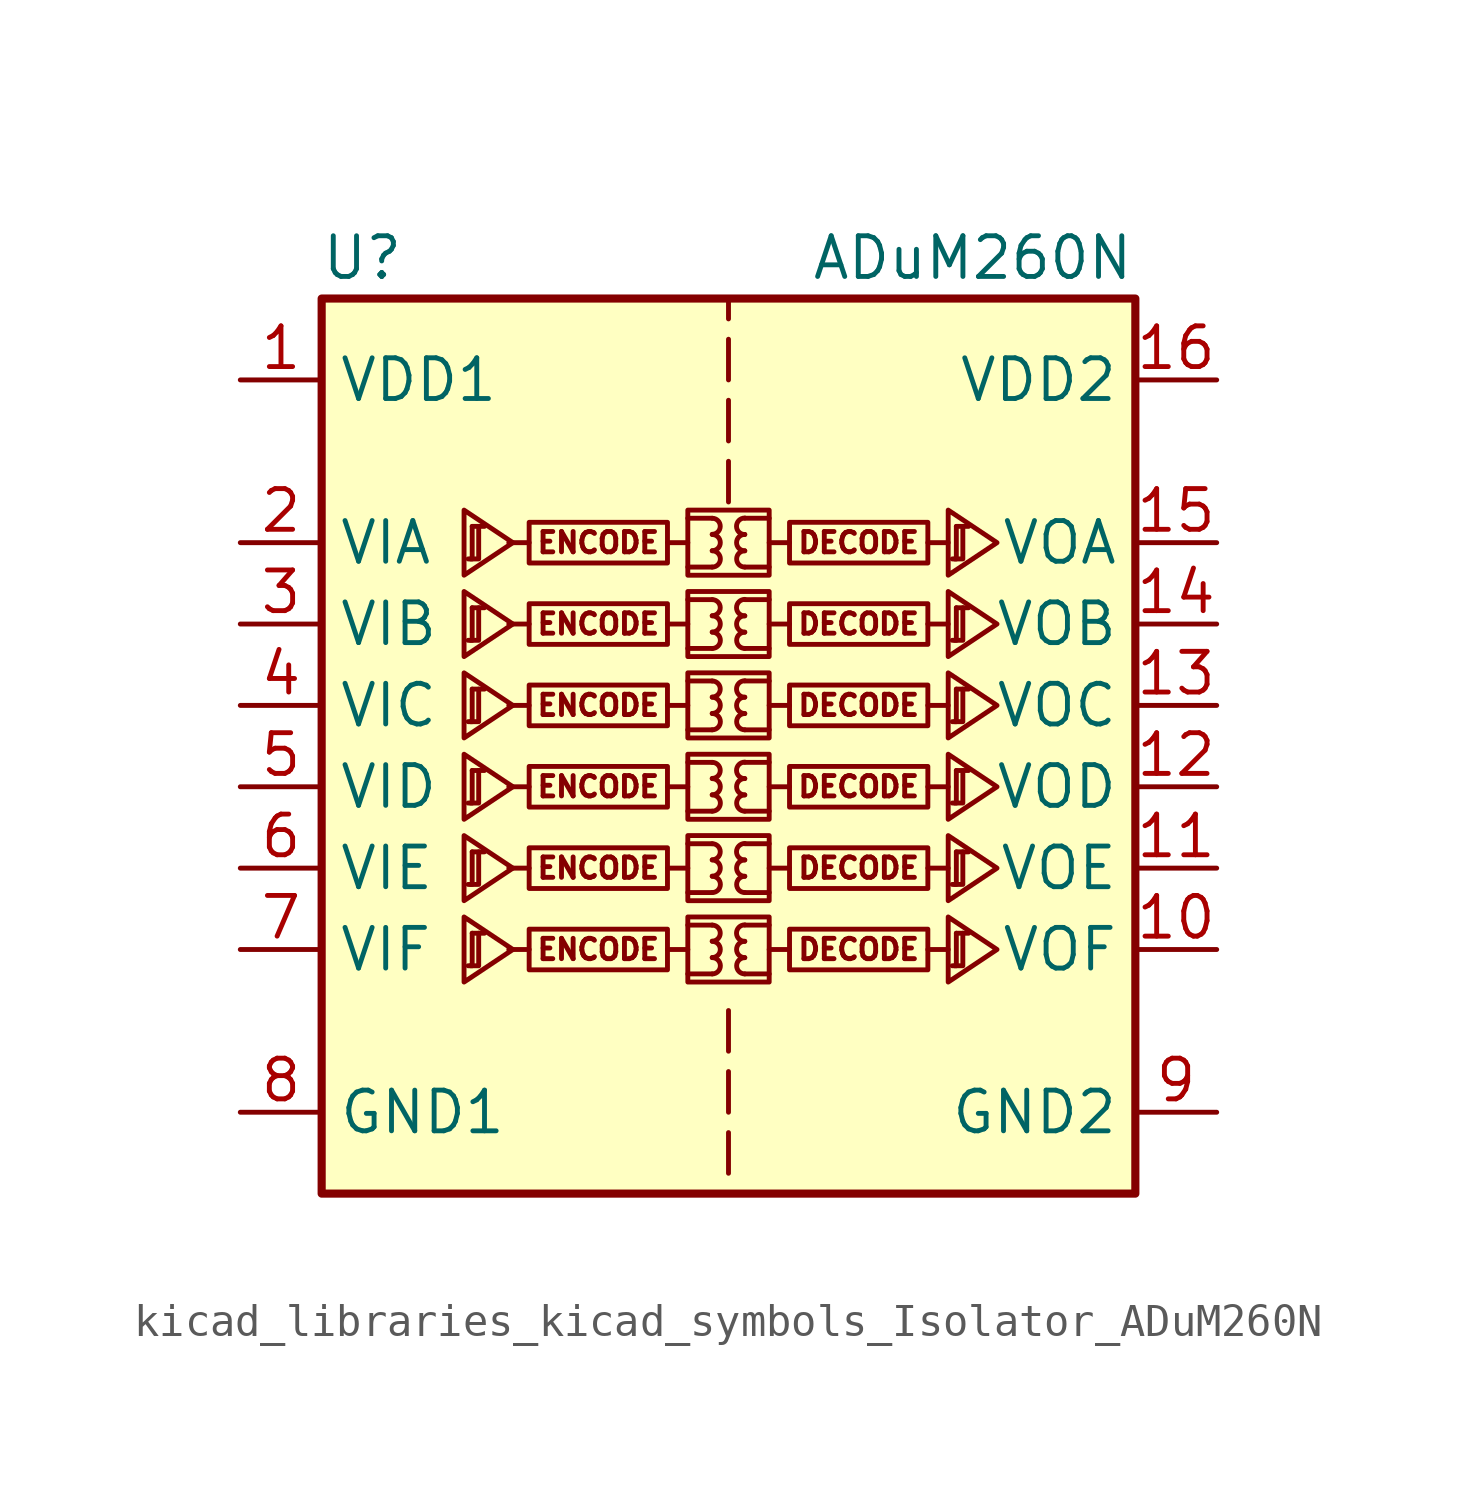
<source format=kicad_sym>
(kicad_symbol_lib
  (version 20220914)
  (generator kicad_symbol_editor)
  (symbol "kicad_libraries_kicad_symbols_Isolator_ADuM260N"
    (property "Reference" "U"
      (at -11.43 16.51 0)
      (effects (font (size 1.27 1.27))))
    (property "Value" "ADuM260N"
      (at 7.62 16.51 0)
      (effects (font (size 1.27 1.27))))
    (symbol "kicad_libraries_kicad_symbols_Isolator_ADuM260N_0_1"
      (polyline (pts (xy -8.001 8.128) (xy -7.62 8.128)) (stroke (width 0) (type default)) (fill (type none)))
      (polyline (pts (xy -8.052 7.112) (xy -7.798 7.112) (xy -7.798 8.128)) (stroke (width 0) (type default)) (fill (type none)))
      (polyline (pts (xy -8.001 8.128) (xy -8.001 7.112) (xy -8.128 7.112)) (stroke (width 0) (type default)) (fill (type none)))
      (polyline (pts (xy -6.731 7.62) (xy -8.255 8.636) (xy -8.255 6.604) (xy -6.731 7.62)) (stroke (width 0) (type default)) (fill (type none))))
    (symbol "kicad_libraries_kicad_symbols_Isolator_ADuM260N_1_0"
      (rectangle (start -1.27 -4.064) (end 1.27 -6.096) (stroke (width 0) (type default)) (fill (type none)))
      (rectangle (start -1.27 -1.524) (end 1.27 -3.556) (stroke (width 0) (type default)) (fill (type none)))
      (rectangle (start -1.27 1.016) (end 1.27 -1.016) (stroke (width 0) (type default)) (fill (type none)))
      (rectangle (start -1.27 3.556) (end 1.27 1.524) (stroke (width 0) (type default)) (fill (type none)))
      (rectangle (start -1.27 6.096) (end 1.27 4.064) (stroke (width 0) (type default)) (fill (type none)))
      (rectangle (start -1.27 8.636) (end 1.27 6.604) (stroke (width 0) (type default)) (fill (type none)))
      (arc (start -0.508 -5.842) (mid -0.2551 -5.588) (end -0.508 -5.334) (stroke (width 0) (type default)) (fill (type none)))
      (arc (start -0.508 -5.334) (mid -0.2551 -5.08) (end -0.508 -4.826) (stroke (width 0) (type default)) (fill (type none)))
      (arc (start -0.508 -4.826) (mid -0.2551 -4.572) (end -0.508 -4.318) (stroke (width 0) (type default)) (fill (type none)))
      (arc (start -0.508 -3.302) (mid -0.2551 -3.048) (end -0.508 -2.794) (stroke (width 0) (type default)) (fill (type none)))
      (arc (start -0.508 -2.794) (mid -0.2551 -2.54) (end -0.508 -2.286) (stroke (width 0) (type default)) (fill (type none)))
      (arc (start -0.508 -2.286) (mid -0.2551 -2.032) (end -0.508 -1.778) (stroke (width 0) (type default)) (fill (type none)))
      (arc (start -0.508 -0.762) (mid -0.2551 -0.508) (end -0.508 -0.254) (stroke (width 0) (type default)) (fill (type none)))
      (arc (start -0.508 -0.254) (mid -0.2551 0) (end -0.508 0.254) (stroke (width 0) (type default)) (fill (type none)))
      (arc (start -0.508 0.254) (mid -0.2551 0.508) (end -0.508 0.762) (stroke (width 0) (type default)) (fill (type none)))
      (arc (start -0.508 1.778) (mid -0.2551 2.032) (end -0.508 2.286) (stroke (width 0) (type default)) (fill (type none)))
      (arc (start -0.508 2.286) (mid -0.2551 2.54) (end -0.508 2.794) (stroke (width 0) (type default)) (fill (type none)))
      (arc (start -0.508 2.794) (mid -0.2551 3.048) (end -0.508 3.302) (stroke (width 0) (type default)) (fill (type none)))
      (arc (start -0.508 4.318) (mid -0.2551 4.572) (end -0.508 4.826) (stroke (width 0) (type default)) (fill (type none)))
      (arc (start -0.508 4.826) (mid -0.2551 5.08) (end -0.508 5.334) (stroke (width 0) (type default)) (fill (type none)))
      (arc (start -0.508 5.334) (mid -0.2551 5.588) (end -0.508 5.842) (stroke (width 0) (type default)) (fill (type none)))
      (arc (start -0.508 6.858) (mid -0.2551 7.112) (end -0.508 7.366) (stroke (width 0) (type default)) (fill (type none)))
      (arc (start -0.508 7.366) (mid -0.2551 7.62) (end -0.508 7.874) (stroke (width 0) (type default)) (fill (type none)))
      (arc (start -0.508 7.874) (mid -0.2551 8.128) (end -0.508 8.382) (stroke (width 0) (type default)) (fill (type none)))
      (polyline (pts (xy -6.223 -5.08) (xy -6.858 -5.08)) (stroke (width 0) (type default)) (fill (type none)))
      (polyline (pts (xy -6.223 -2.54) (xy -6.858 -2.54)) (stroke (width 0) (type default)) (fill (type none)))
      (polyline (pts (xy -6.223 0) (xy -6.858 0)) (stroke (width 0) (type default)) (fill (type none)))
      (polyline (pts (xy -6.223 2.54) (xy -6.858 2.54)) (stroke (width 0) (type default)) (fill (type none)))
      (polyline (pts (xy -6.223 5.08) (xy -6.858 5.08)) (stroke (width 0) (type default)) (fill (type none)))
      (polyline (pts (xy -6.223 7.62) (xy -6.858 7.62)) (stroke (width 0) (type default)) (fill (type none)))
      (polyline (pts (xy -1.905 -5.08) (xy -1.27 -5.08)) (stroke (width 0) (type default)) (fill (type none)))
      (polyline (pts (xy -1.905 -2.54) (xy -1.27 -2.54)) (stroke (width 0) (type default)) (fill (type none)))
      (polyline (pts (xy -1.905 0) (xy -1.27 0)) (stroke (width 0) (type default)) (fill (type none)))
      (polyline (pts (xy -1.905 2.54) (xy -1.27 2.54)) (stroke (width 0) (type default)) (fill (type none)))
      (polyline (pts (xy -1.905 5.08) (xy -1.27 5.08)) (stroke (width 0) (type default)) (fill (type none)))
      (polyline (pts (xy -1.905 7.62) (xy -1.27 7.62)) (stroke (width 0) (type default)) (fill (type none)))
      (polyline (pts (xy -1.27 -5.842) (xy -0.508 -5.842)) (stroke (width 0) (type default)) (fill (type none)))
      (polyline (pts (xy -1.27 -4.318) (xy -0.508 -4.318)) (stroke (width 0) (type default)) (fill (type none)))
      (polyline (pts (xy -1.27 -3.302) (xy -0.508 -3.302)) (stroke (width 0) (type default)) (fill (type none)))
      (polyline (pts (xy -1.27 -1.778) (xy -0.508 -1.778)) (stroke (width 0) (type default)) (fill (type none)))
      (polyline (pts (xy -1.27 -0.762) (xy -0.508 -0.762)) (stroke (width 0) (type default)) (fill (type none)))
      (polyline (pts (xy -1.27 0.762) (xy -0.508 0.762)) (stroke (width 0) (type default)) (fill (type none)))
      (polyline (pts (xy -1.27 1.778) (xy -0.508 1.778)) (stroke (width 0) (type default)) (fill (type none)))
      (polyline (pts (xy -1.27 3.302) (xy -0.508 3.302)) (stroke (width 0) (type default)) (fill (type none)))
      (polyline (pts (xy -1.27 4.318) (xy -0.508 4.318)) (stroke (width 0) (type default)) (fill (type none)))
      (polyline (pts (xy -1.27 5.842) (xy -0.508 5.842)) (stroke (width 0) (type default)) (fill (type none)))
      (polyline (pts (xy -1.27 6.858) (xy -0.508 6.858)) (stroke (width 0) (type default)) (fill (type none)))
      (polyline (pts (xy -1.27 8.382) (xy -0.508 8.382)) (stroke (width 0) (type default)) (fill (type none)))
      (polyline (pts (xy 0 -10.795) (xy 0 -12.065)) (stroke (width 0) (type default)) (fill (type none)))
      (polyline (pts (xy 0 -8.89) (xy 0 -10.16)) (stroke (width 0) (type default)) (fill (type none)))
      (polyline (pts (xy 0 -6.985) (xy 0 -8.255)) (stroke (width 0) (type default)) (fill (type none)))
      (polyline (pts (xy 0 8.89) (xy 0 10.16)) (stroke (width 0) (type default)) (fill (type none)))
      (polyline (pts (xy 0 12.065) (xy 0 10.795)) (stroke (width 0) (type default)) (fill (type none)))
      (polyline (pts (xy 0 13.97) (xy 0 12.7)) (stroke (width 0) (type default)) (fill (type none)))
      (polyline (pts (xy 0 14.605) (xy 0 15.24)) (stroke (width 0) (type default)) (fill (type none)))
      (polyline (pts (xy 1.27 -5.842) (xy 0.508 -5.842)) (stroke (width 0) (type default)) (fill (type none)))
      (polyline (pts (xy 1.27 -4.318) (xy 0.508 -4.318)) (stroke (width 0) (type default)) (fill (type none)))
      (polyline (pts (xy 1.27 -3.302) (xy 0.508 -3.302)) (stroke (width 0) (type default)) (fill (type none)))
      (polyline (pts (xy 1.27 -1.778) (xy 0.508 -1.778)) (stroke (width 0) (type default)) (fill (type none)))
      (polyline (pts (xy 1.27 -0.762) (xy 0.508 -0.762)) (stroke (width 0) (type default)) (fill (type none)))
      (polyline (pts (xy 1.27 0.762) (xy 0.508 0.762)) (stroke (width 0) (type default)) (fill (type none)))
      (polyline (pts (xy 1.27 1.778) (xy 0.508 1.778)) (stroke (width 0) (type default)) (fill (type none)))
      (polyline (pts (xy 1.27 3.302) (xy 0.508 3.302)) (stroke (width 0) (type default)) (fill (type none)))
      (polyline (pts (xy 1.27 4.318) (xy 0.508 4.318)) (stroke (width 0) (type default)) (fill (type none)))
      (polyline (pts (xy 1.27 5.842) (xy 0.508 5.842)) (stroke (width 0) (type default)) (fill (type none)))
      (polyline (pts (xy 1.27 6.858) (xy 0.508 6.858)) (stroke (width 0) (type default)) (fill (type none)))
      (polyline (pts (xy 1.27 8.382) (xy 0.508 8.382)) (stroke (width 0) (type default)) (fill (type none)))
      (polyline (pts (xy 1.905 -5.08) (xy 1.27 -5.08)) (stroke (width 0) (type default)) (fill (type none)))
      (polyline (pts (xy 1.905 -2.54) (xy 1.27 -2.54)) (stroke (width 0) (type default)) (fill (type none)))
      (polyline (pts (xy 1.905 0) (xy 1.27 0)) (stroke (width 0) (type default)) (fill (type none)))
      (polyline (pts (xy 1.905 2.54) (xy 1.27 2.54)) (stroke (width 0) (type default)) (fill (type none)))
      (polyline (pts (xy 1.905 5.08) (xy 1.27 5.08)) (stroke (width 0) (type default)) (fill (type none)))
      (polyline (pts (xy 1.905 7.62) (xy 1.27 7.62)) (stroke (width 0) (type default)) (fill (type none)))
      (polyline (pts (xy 6.223 -5.08) (xy 6.858 -5.08)) (stroke (width 0) (type default)) (fill (type none)))
      (polyline (pts (xy 6.223 -2.54) (xy 6.858 -2.54)) (stroke (width 0) (type default)) (fill (type none)))
      (polyline (pts (xy 6.223 0) (xy 6.858 0)) (stroke (width 0) (type default)) (fill (type none)))
      (polyline (pts (xy 6.223 2.54) (xy 6.858 2.54)) (stroke (width 0) (type default)) (fill (type none)))
      (polyline (pts (xy 6.223 5.08) (xy 6.858 5.08)) (stroke (width 0) (type default)) (fill (type none)))
      (polyline (pts (xy 6.223 7.62) (xy 6.858 7.62)) (stroke (width 0) (type default)) (fill (type none)))
      (arc (start 0.508 -5.334) (mid 0.2551 -5.588) (end 0.508 -5.842) (stroke (width 0) (type default)) (fill (type none)))
      (arc (start 0.508 -4.826) (mid 0.2551 -5.08) (end 0.508 -5.334) (stroke (width 0) (type default)) (fill (type none)))
      (arc (start 0.508 -4.318) (mid 0.2551 -4.572) (end 0.508 -4.826) (stroke (width 0) (type default)) (fill (type none)))
      (arc (start 0.508 -2.794) (mid 0.2551 -3.048) (end 0.508 -3.302) (stroke (width 0) (type default)) (fill (type none)))
      (arc (start 0.508 -2.286) (mid 0.2551 -2.54) (end 0.508 -2.794) (stroke (width 0) (type default)) (fill (type none)))
      (arc (start 0.508 -1.778) (mid 0.2551 -2.032) (end 0.508 -2.286) (stroke (width 0) (type default)) (fill (type none)))
      (arc (start 0.508 -0.254) (mid 0.2551 -0.508) (end 0.508 -0.762) (stroke (width 0) (type default)) (fill (type none)))
      (arc (start 0.508 0.254) (mid 0.2551 0) (end 0.508 -0.254) (stroke (width 0) (type default)) (fill (type none)))
      (arc (start 0.508 0.762) (mid 0.2551 0.508) (end 0.508 0.254) (stroke (width 0) (type default)) (fill (type none)))
      (arc (start 0.508 2.286) (mid 0.2551 2.032) (end 0.508 1.778) (stroke (width 0) (type default)) (fill (type none)))
      (arc (start 0.508 2.794) (mid 0.2551 2.54) (end 0.508 2.286) (stroke (width 0) (type default)) (fill (type none)))
      (arc (start 0.508 3.302) (mid 0.2551 3.048) (end 0.508 2.794) (stroke (width 0) (type default)) (fill (type none)))
      (arc (start 0.508 4.826) (mid 0.2551 4.572) (end 0.508 4.318) (stroke (width 0) (type default)) (fill (type none)))
      (arc (start 0.508 5.334) (mid 0.2551 5.08) (end 0.508 4.826) (stroke (width 0) (type default)) (fill (type none)))
      (arc (start 0.508 5.842) (mid 0.2551 5.588) (end 0.508 5.334) (stroke (width 0) (type default)) (fill (type none)))
      (arc (start 0.508 7.366) (mid 0.2551 7.112) (end 0.508 6.858) (stroke (width 0) (type default)) (fill (type none)))
      (arc (start 0.508 7.874) (mid 0.2551 7.62) (end 0.508 7.366) (stroke (width 0) (type default)) (fill (type none)))
      (arc (start 0.508 8.382) (mid 0.2551 8.128) (end 0.508 7.874) (stroke (width 0) (type default)) (fill (type none)))
      (rectangle (start 1.905 -4.445) (end 6.223 -5.715) (stroke (width 0) (type default)) (fill (type none)))
      (rectangle (start 1.905 -1.905) (end 6.223 -3.175) (stroke (width 0) (type default)) (fill (type none)))
      (rectangle (start 1.905 0.635) (end 6.223 -0.635) (stroke (width 0) (type default)) (fill (type none)))
      (rectangle (start 1.905 3.175) (end 6.223 1.905) (stroke (width 0) (type default)) (fill (type none)))
      (rectangle (start 1.905 5.715) (end 6.223 4.445) (stroke (width 0) (type default)) (fill (type none)))
      (rectangle (start 1.905 8.255) (end 6.223 6.985) (stroke (width 0) (type default)) (fill (type none)))
      (text "DECODE" (at 4.064 -5.08 0) (effects (font (size 0.635 0.635))))
      (text "DECODE" (at 4.064 -2.54 0) (effects (font (size 0.635 0.635))))
      (text "DECODE" (at 4.064 0 0) (effects (font (size 0.635 0.635))))
      (text "DECODE" (at 4.064 2.54 0) (effects (font (size 0.635 0.635))))
      (text "DECODE" (at 4.064 5.08 0) (effects (font (size 0.635 0.635))))
      (text "DECODE" (at 4.064 7.62 0) (effects (font (size 0.635 0.635))))
      (text "ENCODE" (at -4.064 -5.08 0) (effects (font (size 0.635 0.635))))
      (text "ENCODE" (at -4.064 -2.54 0) (effects (font (size 0.635 0.635))))
      (text "ENCODE" (at -4.064 0 0) (effects (font (size 0.635 0.635))))
      (text "ENCODE" (at -4.064 2.54 0) (effects (font (size 0.635 0.635))))
      (text "ENCODE" (at -4.064 5.08 0) (effects (font (size 0.635 0.635))))
      (text "ENCODE" (at -4.064 7.62 0) (effects (font (size 0.635 0.635)))))
    (symbol "kicad_libraries_kicad_symbols_Isolator_ADuM260N_1_1"
      (rectangle (start -12.7 15.24) (end 12.7 -12.7) (stroke (width 0.254) (type default)) (fill (type background)))
      (rectangle (start -1.905 -4.445) (end -6.223 -5.715) (stroke (width 0) (type default)) (fill (type none)))
      (rectangle (start -1.905 -1.905) (end -6.223 -3.175) (stroke (width 0) (type default)) (fill (type none)))
      (rectangle (start -1.905 0.635) (end -6.223 -0.635) (stroke (width 0) (type default)) (fill (type none)))
      (rectangle (start -1.905 3.175) (end -6.223 1.905) (stroke (width 0) (type default)) (fill (type none)))
      (rectangle (start -1.905 5.715) (end -6.223 4.445) (stroke (width 0) (type default)) (fill (type none)))
      (rectangle (start -1.905 8.255) (end -6.223 6.985) (stroke (width 0) (type default)) (fill (type none)))
      (polyline (pts (xy -8.001 -4.572) (xy -7.62 -4.572)) (stroke (width 0) (type default)) (fill (type none)))
      (polyline (pts (xy -8.001 -2.032) (xy -7.62 -2.032)) (stroke (width 0) (type default)) (fill (type none)))
      (polyline (pts (xy -8.001 0.508) (xy -7.62 0.508)) (stroke (width 0) (type default)) (fill (type none)))
      (polyline (pts (xy -8.001 3.048) (xy -7.62 3.048)) (stroke (width 0) (type default)) (fill (type none)))
      (polyline (pts (xy -8.001 5.588) (xy -7.62 5.588)) (stroke (width 0) (type default)) (fill (type none)))
      (polyline (pts (xy 7.112 -4.572) (xy 7.493 -4.572)) (stroke (width 0) (type default)) (fill (type none)))
      (polyline (pts (xy 7.112 -2.032) (xy 7.493 -2.032)) (stroke (width 0) (type default)) (fill (type none)))
      (polyline (pts (xy 7.112 0.508) (xy 7.493 0.508)) (stroke (width 0) (type default)) (fill (type none)))
      (polyline (pts (xy 7.112 3.048) (xy 7.493 3.048)) (stroke (width 0) (type default)) (fill (type none)))
      (polyline (pts (xy 7.112 5.588) (xy 7.493 5.588)) (stroke (width 0) (type default)) (fill (type none)))
      (polyline (pts (xy 7.112 8.128) (xy 7.493 8.128)) (stroke (width 0) (type default)) (fill (type none)))
      (polyline (pts (xy -8.052 -5.588) (xy -7.798 -5.588) (xy -7.798 -4.572)) (stroke (width 0) (type default)) (fill (type none)))
      (polyline (pts (xy -8.052 -3.048) (xy -7.798 -3.048) (xy -7.798 -2.032)) (stroke (width 0) (type default)) (fill (type none)))
      (polyline (pts (xy -8.052 -0.508) (xy -7.798 -0.508) (xy -7.798 0.508)) (stroke (width 0) (type default)) (fill (type none)))
      (polyline (pts (xy -8.052 2.032) (xy -7.798 2.032) (xy -7.798 3.048)) (stroke (width 0) (type default)) (fill (type none)))
      (polyline (pts (xy -8.052 4.572) (xy -7.798 4.572) (xy -7.798 5.588)) (stroke (width 0) (type default)) (fill (type none)))
      (polyline (pts (xy -8.001 -4.572) (xy -8.001 -5.588) (xy -8.128 -5.588)) (stroke (width 0) (type default)) (fill (type none)))
      (polyline (pts (xy -8.001 -2.032) (xy -8.001 -3.048) (xy -8.128 -3.048)) (stroke (width 0) (type default)) (fill (type none)))
      (polyline (pts (xy -8.001 0.508) (xy -8.001 -0.508) (xy -8.128 -0.508)) (stroke (width 0) (type default)) (fill (type none)))
      (polyline (pts (xy -8.001 3.048) (xy -8.001 2.032) (xy -8.128 2.032)) (stroke (width 0) (type default)) (fill (type none)))
      (polyline (pts (xy -8.001 5.588) (xy -8.001 4.572) (xy -8.128 4.572)) (stroke (width 0) (type default)) (fill (type none)))
      (polyline (pts (xy 7.061 -5.588) (xy 7.315 -5.588) (xy 7.315 -4.572)) (stroke (width 0) (type default)) (fill (type none)))
      (polyline (pts (xy 7.061 -3.048) (xy 7.315 -3.048) (xy 7.315 -2.032)) (stroke (width 0) (type default)) (fill (type none)))
      (polyline (pts (xy 7.061 -0.508) (xy 7.315 -0.508) (xy 7.315 0.508)) (stroke (width 0) (type default)) (fill (type none)))
      (polyline (pts (xy 7.061 2.032) (xy 7.315 2.032) (xy 7.315 3.048)) (stroke (width 0) (type default)) (fill (type none)))
      (polyline (pts (xy 7.061 4.572) (xy 7.315 4.572) (xy 7.315 5.588)) (stroke (width 0) (type default)) (fill (type none)))
      (polyline (pts (xy 7.061 7.112) (xy 7.315 7.112) (xy 7.315 8.128)) (stroke (width 0) (type default)) (fill (type none)))
      (polyline (pts (xy 7.112 -4.572) (xy 7.112 -5.588) (xy 6.985 -5.588)) (stroke (width 0) (type default)) (fill (type none)))
      (polyline (pts (xy 7.112 -2.032) (xy 7.112 -3.048) (xy 6.985 -3.048)) (stroke (width 0) (type default)) (fill (type none)))
      (polyline (pts (xy 7.112 0.508) (xy 7.112 -0.508) (xy 6.985 -0.508)) (stroke (width 0) (type default)) (fill (type none)))
      (polyline (pts (xy 7.112 3.048) (xy 7.112 2.032) (xy 6.985 2.032)) (stroke (width 0) (type default)) (fill (type none)))
      (polyline (pts (xy 7.112 5.588) (xy 7.112 4.572) (xy 6.985 4.572)) (stroke (width 0) (type default)) (fill (type none)))
      (polyline (pts (xy 7.112 8.128) (xy 7.112 7.112) (xy 6.985 7.112)) (stroke (width 0) (type default)) (fill (type none)))
      (polyline (pts (xy -6.731 -5.08) (xy -8.255 -4.064) (xy -8.255 -6.096) (xy -6.731 -5.08)) (stroke (width 0) (type default)) (fill (type none)))
      (polyline (pts (xy -6.731 -2.54) (xy -8.255 -1.524) (xy -8.255 -3.556) (xy -6.731 -2.54)) (stroke (width 0) (type default)) (fill (type none)))
      (polyline (pts (xy -6.731 0) (xy -8.255 1.016) (xy -8.255 -1.016) (xy -6.731 0)) (stroke (width 0) (type default)) (fill (type none)))
      (polyline (pts (xy -6.731 2.54) (xy -8.255 3.556) (xy -8.255 1.524) (xy -6.731 2.54)) (stroke (width 0) (type default)) (fill (type none)))
      (polyline (pts (xy -6.731 5.08) (xy -8.255 6.096) (xy -8.255 4.064) (xy -6.731 5.08)) (stroke (width 0) (type default)) (fill (type none)))
      (polyline (pts (xy 8.382 -5.08) (xy 6.858 -4.064) (xy 6.858 -6.096) (xy 8.382 -5.08)) (stroke (width 0) (type default)) (fill (type none)))
      (polyline (pts (xy 8.382 -2.54) (xy 6.858 -1.524) (xy 6.858 -3.556) (xy 8.382 -2.54)) (stroke (width 0) (type default)) (fill (type none)))
      (polyline (pts (xy 8.382 0) (xy 6.858 1.016) (xy 6.858 -1.016) (xy 8.382 0)) (stroke (width 0) (type default)) (fill (type none)))
      (polyline (pts (xy 8.382 2.54) (xy 6.858 3.556) (xy 6.858 1.524) (xy 8.382 2.54)) (stroke (width 0) (type default)) (fill (type none)))
      (polyline (pts (xy 8.382 5.08) (xy 6.858 6.096) (xy 6.858 4.064) (xy 8.382 5.08)) (stroke (width 0) (type default)) (fill (type none)))
      (polyline (pts (xy 8.382 7.62) (xy 6.858 8.636) (xy 6.858 6.604) (xy 8.382 7.62)) (stroke (width 0) (type default)) (fill (type none)))
      (pin power_in line (at -15.24 12.7 0) (length 2.54) (name "VDD1" (effects (font (size 1.27 1.27)))) (number "1" (effects (font (size 1.27 1.27)))))
      (pin output line (at 15.24 -5.08 180) (length 2.54) (name "VOF" (effects (font (size 1.27 1.27)))) (number "10" (effects (font (size 1.27 1.27)))))
      (pin output line (at 15.24 -2.54 180) (length 2.54) (name "VOE" (effects (font (size 1.27 1.27)))) (number "11" (effects (font (size 1.27 1.27)))))
      (pin output line (at 15.24 0 180) (length 2.54) (name "VOD" (effects (font (size 1.27 1.27)))) (number "12" (effects (font (size 1.27 1.27)))))
      (pin output line (at 15.24 2.54 180) (length 2.54) (name "VOC" (effects (font (size 1.27 1.27)))) (number "13" (effects (font (size 1.27 1.27)))))
      (pin output line (at 15.24 5.08 180) (length 2.54) (name "VOB" (effects (font (size 1.27 1.27)))) (number "14" (effects (font (size 1.27 1.27)))))
      (pin output line (at 15.24 7.62 180) (length 2.54) (name "VOA" (effects (font (size 1.27 1.27)))) (number "15" (effects (font (size 1.27 1.27)))))
      (pin power_in line (at 15.24 12.7 180) (length 2.54) (name "VDD2" (effects (font (size 1.27 1.27)))) (number "16" (effects (font (size 1.27 1.27)))))
      (pin input line (at -15.24 7.62 0) (length 2.54) (name "VIA" (effects (font (size 1.27 1.27)))) (number "2" (effects (font (size 1.27 1.27)))))
      (pin input line (at -15.24 5.08 0) (length 2.54) (name "VIB" (effects (font (size 1.27 1.27)))) (number "3" (effects (font (size 1.27 1.27)))))
      (pin input line (at -15.24 2.54 0) (length 2.54) (name "VIC" (effects (font (size 1.27 1.27)))) (number "4" (effects (font (size 1.27 1.27)))))
      (pin input line (at -15.24 0 0) (length 2.54) (name "VID" (effects (font (size 1.27 1.27)))) (number "5" (effects (font (size 1.27 1.27)))))
      (pin input line (at -15.24 -2.54 0) (length 2.54) (name "VIE" (effects (font (size 1.27 1.27)))) (number "6" (effects (font (size 1.27 1.27)))))
      (pin input line (at -15.24 -5.08 0) (length 2.54) (name "VIF" (effects (font (size 1.27 1.27)))) (number "7" (effects (font (size 1.27 1.27)))))
      (pin power_in line (at -15.24 -10.16 0) (length 2.54) (name "GND1" (effects (font (size 1.27 1.27)))) (number "8" (effects (font (size 1.27 1.27)))))
      (pin power_in line (at 15.24 -10.16 180) (length 2.54) (name "GND2" (effects (font (size 1.27 1.27)))) (number "9" (effects (font (size 1.27 1.27))))))))
</source>
